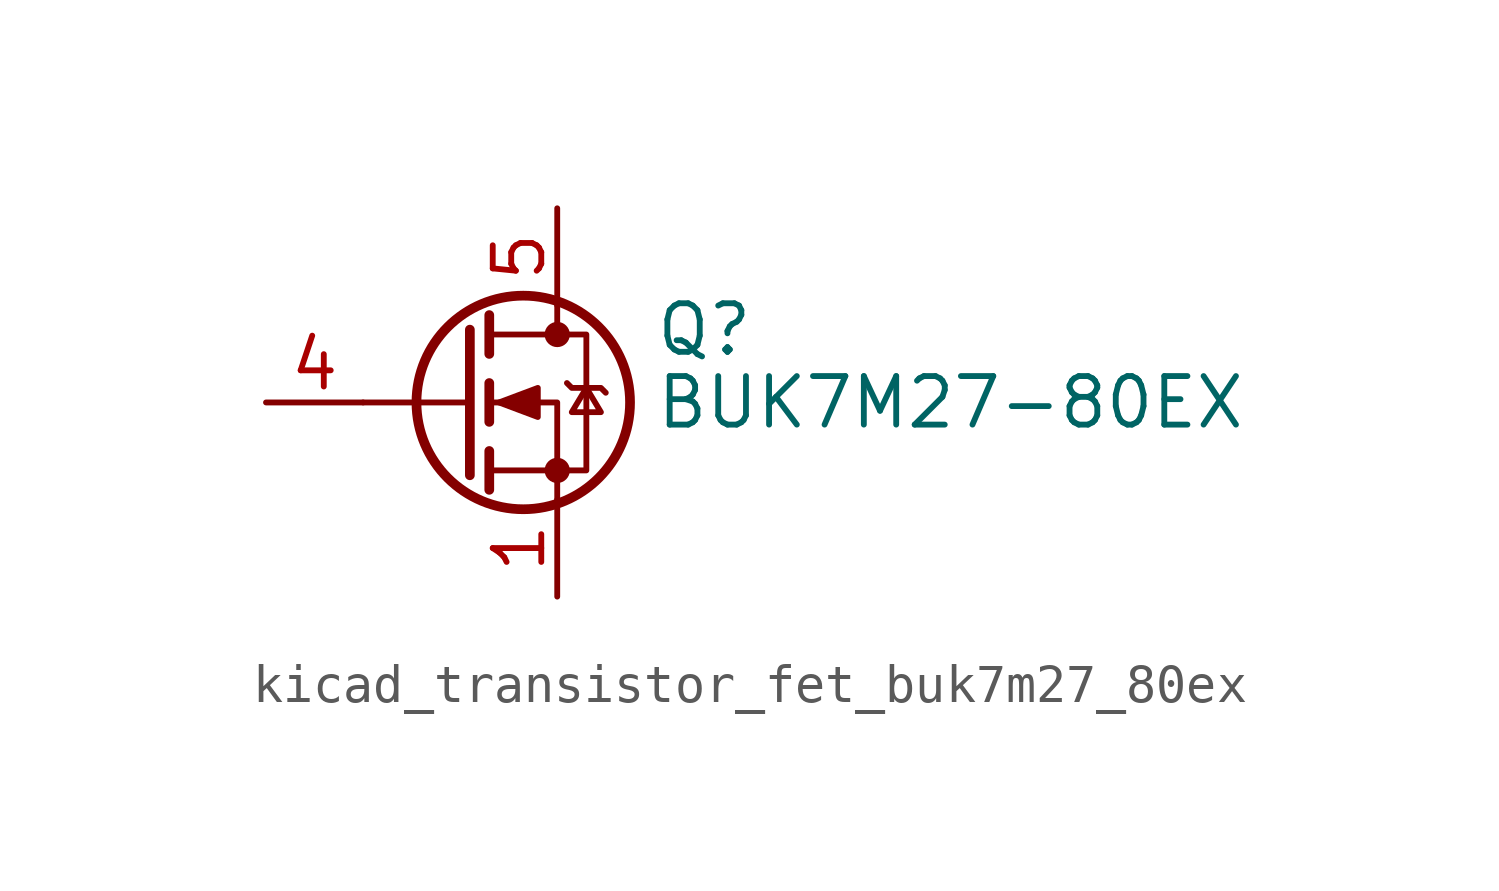
<source format=kicad_sym>
(kicad_symbol_lib
  (version 20220914)
  (generator kicad_symbol_editor)
  (symbol "kicad_transistor_fet_buk7m27_80ex"
    (pin_names hide)
    (property "Reference" "Q"
      (at 5.08 1.905 0)
      (effects (font (size 1.27 1.27)) (justify left)))
    (property "Value" "BUK7M27-80EX"
      (at 5.08 0 0)
      (effects (font (size 1.27 1.27)) (justify left)))
    (symbol "kicad_transistor_fet_buk7m27_80ex_0_1"
      (polyline (pts (xy 0.254 0) (xy -2.54 0)) (stroke (width 0) (type default)) (fill (type none)))
      (polyline (pts (xy 0.254 1.905) (xy 0.254 -1.905)) (stroke (width 0.254) (type default)) (fill (type none)))
      (polyline (pts (xy 0.762 -1.27) (xy 0.762 -2.286)) (stroke (width 0.254) (type default)) (fill (type none)))
      (polyline (pts (xy 0.762 0.508) (xy 0.762 -0.508)) (stroke (width 0.254) (type default)) (fill (type none)))
      (polyline (pts (xy 0.762 2.286) (xy 0.762 1.27)) (stroke (width 0.254) (type default)) (fill (type none)))
      (polyline (pts (xy 2.54 2.54) (xy 2.54 1.778)) (stroke (width 0) (type default)) (fill (type none)))
      (polyline (pts (xy 2.54 -2.54) (xy 2.54 0) (xy 0.762 0)) (stroke (width 0) (type default)) (fill (type none)))
      (polyline (pts (xy 0.762 -1.778) (xy 3.302 -1.778) (xy 3.302 1.778) (xy 0.762 1.778)) (stroke (width 0) (type default)) (fill (type none)))
      (polyline (pts (xy 1.016 0) (xy 2.032 0.381) (xy 2.032 -0.381) (xy 1.016 0)) (stroke (width 0) (type default)) (fill (type outline)))
      (polyline (pts (xy 2.794 0.508) (xy 2.921 0.381) (xy 3.683 0.381) (xy 3.81 0.254)) (stroke (width 0) (type default)) (fill (type none)))
      (polyline (pts (xy 3.302 0.381) (xy 2.921 -0.254) (xy 3.683 -0.254) (xy 3.302 0.381)) (stroke (width 0) (type default)) (fill (type none)))
      (circle (center 1.651 0) (radius 2.794) (stroke (width 0.254) (type default)) (fill (type none)))
      (circle (center 2.54 -1.778) (radius 0.254) (stroke (width 0) (type default)) (fill (type outline)))
      (circle (center 2.54 1.778) (radius 0.254) (stroke (width 0) (type default)) (fill (type outline))))
    (symbol "kicad_transistor_fet_buk7m27_80ex_1_1"
      (pin passive line (at 2.54 -5.08 90) (length 2.54) (name "S" (effects (font (size 1.27 1.27)))) (number "1" (effects (font (size 1.27 1.27)))))
      (pin passive line (at 2.54 -5.08 90) (length 2.54) hide (name "S" (effects (font (size 1.27 1.27)))) (number "2" (effects (font (size 1.27 1.27)))))
      (pin passive line (at 2.54 -5.08 90) (length 2.54) hide (name "S" (effects (font (size 1.27 1.27)))) (number "3" (effects (font (size 1.27 1.27)))))
      (pin passive line (at -5.08 0 0) (length 2.54) (name "G" (effects (font (size 1.27 1.27)))) (number "4" (effects (font (size 1.27 1.27)))))
      (pin passive line (at 2.54 5.08 270) (length 2.54) (name "D" (effects (font (size 1.27 1.27)))) (number "5" (effects (font (size 1.27 1.27))))))))
</source>
